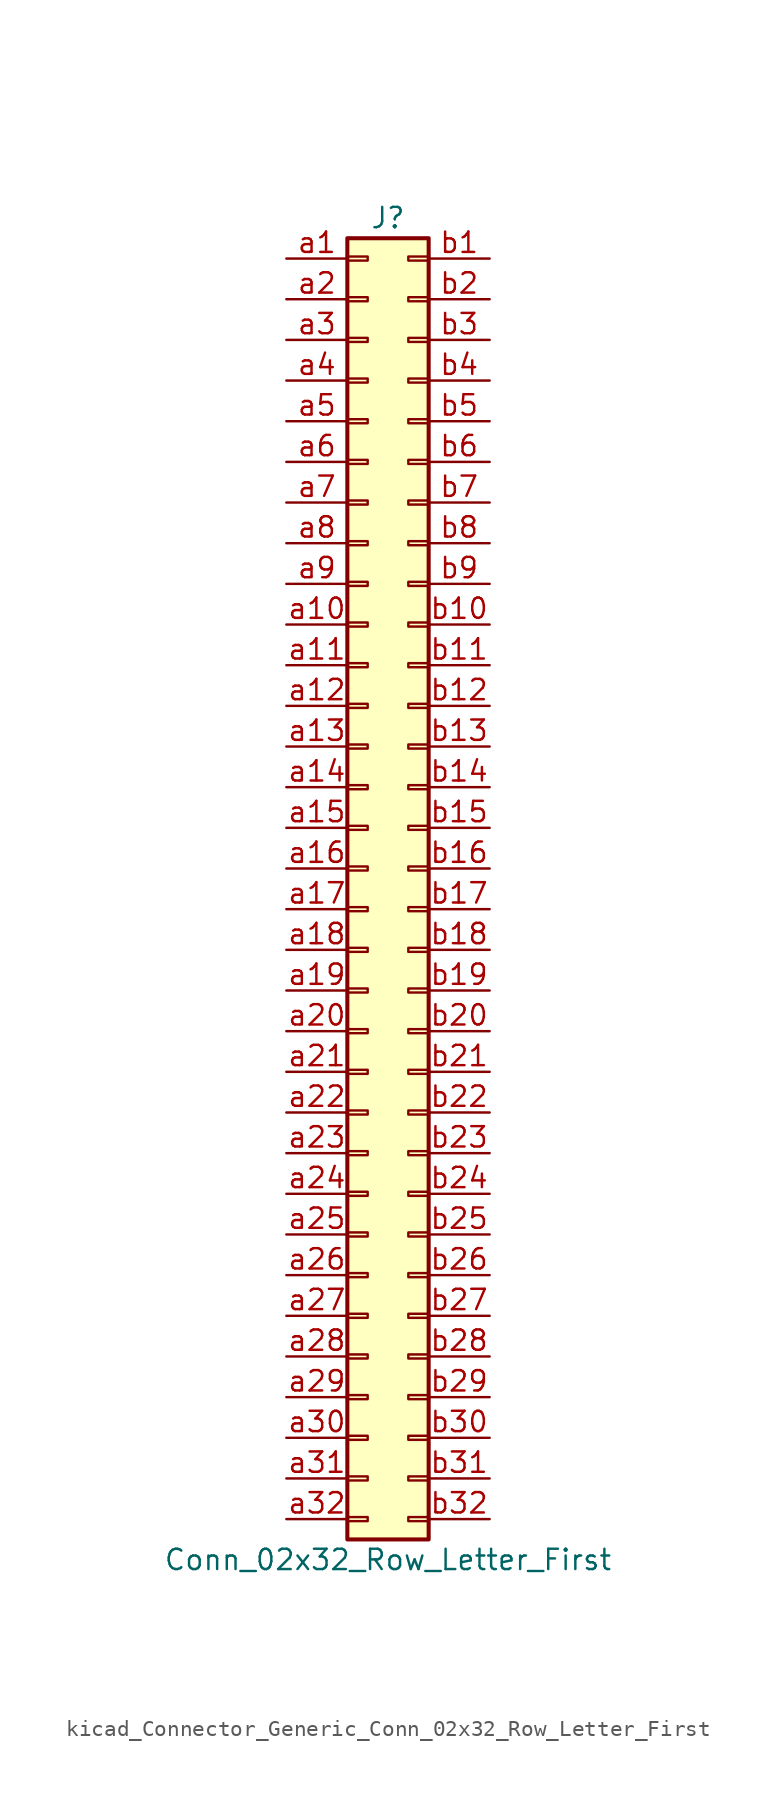
<source format=kicad_sym>
(kicad_symbol_lib
  (version 20220914)
  (generator kicad_symbol_editor)
  (symbol "kicad_Connector_Generic_Conn_02x32_Row_Letter_First"
    (pin_names
      (offset 1.016) hide)
    (property "Reference" "J"
      (at 1.27 40.64 0)
      (effects (font (size 1.27 1.27))))
    (property "Value" "Conn_02x32_Row_Letter_First"
      (at 1.27 -43.18 0)
      (effects (font (size 1.27 1.27))))
    (symbol "kicad_Connector_Generic_Conn_02x32_Row_Letter_First_1_1"
      (rectangle (start -1.27 -40.513) (end 0 -40.767) (stroke (width 0.152) (type default)) (fill (type none)))
      (rectangle (start -1.27 -37.973) (end 0 -38.227) (stroke (width 0.152) (type default)) (fill (type none)))
      (rectangle (start -1.27 -35.433) (end 0 -35.687) (stroke (width 0.152) (type default)) (fill (type none)))
      (rectangle (start -1.27 -32.893) (end 0 -33.147) (stroke (width 0.152) (type default)) (fill (type none)))
      (rectangle (start -1.27 -30.353) (end 0 -30.607) (stroke (width 0.152) (type default)) (fill (type none)))
      (rectangle (start -1.27 -27.813) (end 0 -28.067) (stroke (width 0.152) (type default)) (fill (type none)))
      (rectangle (start -1.27 -25.273) (end 0 -25.527) (stroke (width 0.152) (type default)) (fill (type none)))
      (rectangle (start -1.27 -22.733) (end 0 -22.987) (stroke (width 0.152) (type default)) (fill (type none)))
      (rectangle (start -1.27 -20.193) (end 0 -20.447) (stroke (width 0.152) (type default)) (fill (type none)))
      (rectangle (start -1.27 -17.653) (end 0 -17.907) (stroke (width 0.152) (type default)) (fill (type none)))
      (rectangle (start -1.27 -15.113) (end 0 -15.367) (stroke (width 0.152) (type default)) (fill (type none)))
      (rectangle (start -1.27 -12.573) (end 0 -12.827) (stroke (width 0.152) (type default)) (fill (type none)))
      (rectangle (start -1.27 -10.033) (end 0 -10.287) (stroke (width 0.152) (type default)) (fill (type none)))
      (rectangle (start -1.27 -7.493) (end 0 -7.747) (stroke (width 0.152) (type default)) (fill (type none)))
      (rectangle (start -1.27 -4.953) (end 0 -5.207) (stroke (width 0.152) (type default)) (fill (type none)))
      (rectangle (start -1.27 -2.413) (end 0 -2.667) (stroke (width 0.152) (type default)) (fill (type none)))
      (rectangle (start -1.27 0.127) (end 0 -0.127) (stroke (width 0.152) (type default)) (fill (type none)))
      (rectangle (start -1.27 2.667) (end 0 2.413) (stroke (width 0.152) (type default)) (fill (type none)))
      (rectangle (start -1.27 5.207) (end 0 4.953) (stroke (width 0.152) (type default)) (fill (type none)))
      (rectangle (start -1.27 7.747) (end 0 7.493) (stroke (width 0.152) (type default)) (fill (type none)))
      (rectangle (start -1.27 10.287) (end 0 10.033) (stroke (width 0.152) (type default)) (fill (type none)))
      (rectangle (start -1.27 12.827) (end 0 12.573) (stroke (width 0.152) (type default)) (fill (type none)))
      (rectangle (start -1.27 15.367) (end 0 15.113) (stroke (width 0.152) (type default)) (fill (type none)))
      (rectangle (start -1.27 17.907) (end 0 17.653) (stroke (width 0.152) (type default)) (fill (type none)))
      (rectangle (start -1.27 20.447) (end 0 20.193) (stroke (width 0.152) (type default)) (fill (type none)))
      (rectangle (start -1.27 22.987) (end 0 22.733) (stroke (width 0.152) (type default)) (fill (type none)))
      (rectangle (start -1.27 25.527) (end 0 25.273) (stroke (width 0.152) (type default)) (fill (type none)))
      (rectangle (start -1.27 28.067) (end 0 27.813) (stroke (width 0.152) (type default)) (fill (type none)))
      (rectangle (start -1.27 30.607) (end 0 30.353) (stroke (width 0.152) (type default)) (fill (type none)))
      (rectangle (start -1.27 33.147) (end 0 32.893) (stroke (width 0.152) (type default)) (fill (type none)))
      (rectangle (start -1.27 35.687) (end 0 35.433) (stroke (width 0.152) (type default)) (fill (type none)))
      (rectangle (start -1.27 38.227) (end 0 37.973) (stroke (width 0.152) (type default)) (fill (type none)))
      (rectangle (start -1.27 39.37) (end 3.81 -41.91) (stroke (width 0.254) (type default)) (fill (type background)))
      (rectangle (start 3.81 -40.513) (end 2.54 -40.767) (stroke (width 0.152) (type default)) (fill (type none)))
      (rectangle (start 3.81 -37.973) (end 2.54 -38.227) (stroke (width 0.152) (type default)) (fill (type none)))
      (rectangle (start 3.81 -35.433) (end 2.54 -35.687) (stroke (width 0.152) (type default)) (fill (type none)))
      (rectangle (start 3.81 -32.893) (end 2.54 -33.147) (stroke (width 0.152) (type default)) (fill (type none)))
      (rectangle (start 3.81 -30.353) (end 2.54 -30.607) (stroke (width 0.152) (type default)) (fill (type none)))
      (rectangle (start 3.81 -27.813) (end 2.54 -28.067) (stroke (width 0.152) (type default)) (fill (type none)))
      (rectangle (start 3.81 -25.273) (end 2.54 -25.527) (stroke (width 0.152) (type default)) (fill (type none)))
      (rectangle (start 3.81 -22.733) (end 2.54 -22.987) (stroke (width 0.152) (type default)) (fill (type none)))
      (rectangle (start 3.81 -20.193) (end 2.54 -20.447) (stroke (width 0.152) (type default)) (fill (type none)))
      (rectangle (start 3.81 -17.653) (end 2.54 -17.907) (stroke (width 0.152) (type default)) (fill (type none)))
      (rectangle (start 3.81 -15.113) (end 2.54 -15.367) (stroke (width 0.152) (type default)) (fill (type none)))
      (rectangle (start 3.81 -12.573) (end 2.54 -12.827) (stroke (width 0.152) (type default)) (fill (type none)))
      (rectangle (start 3.81 -10.033) (end 2.54 -10.287) (stroke (width 0.152) (type default)) (fill (type none)))
      (rectangle (start 3.81 -7.493) (end 2.54 -7.747) (stroke (width 0.152) (type default)) (fill (type none)))
      (rectangle (start 3.81 -4.953) (end 2.54 -5.207) (stroke (width 0.152) (type default)) (fill (type none)))
      (rectangle (start 3.81 -2.413) (end 2.54 -2.667) (stroke (width 0.152) (type default)) (fill (type none)))
      (rectangle (start 3.81 0.127) (end 2.54 -0.127) (stroke (width 0.152) (type default)) (fill (type none)))
      (rectangle (start 3.81 2.667) (end 2.54 2.413) (stroke (width 0.152) (type default)) (fill (type none)))
      (rectangle (start 3.81 5.207) (end 2.54 4.953) (stroke (width 0.152) (type default)) (fill (type none)))
      (rectangle (start 3.81 7.747) (end 2.54 7.493) (stroke (width 0.152) (type default)) (fill (type none)))
      (rectangle (start 3.81 10.287) (end 2.54 10.033) (stroke (width 0.152) (type default)) (fill (type none)))
      (rectangle (start 3.81 12.827) (end 2.54 12.573) (stroke (width 0.152) (type default)) (fill (type none)))
      (rectangle (start 3.81 15.367) (end 2.54 15.113) (stroke (width 0.152) (type default)) (fill (type none)))
      (rectangle (start 3.81 17.907) (end 2.54 17.653) (stroke (width 0.152) (type default)) (fill (type none)))
      (rectangle (start 3.81 20.447) (end 2.54 20.193) (stroke (width 0.152) (type default)) (fill (type none)))
      (rectangle (start 3.81 22.987) (end 2.54 22.733) (stroke (width 0.152) (type default)) (fill (type none)))
      (rectangle (start 3.81 25.527) (end 2.54 25.273) (stroke (width 0.152) (type default)) (fill (type none)))
      (rectangle (start 3.81 28.067) (end 2.54 27.813) (stroke (width 0.152) (type default)) (fill (type none)))
      (rectangle (start 3.81 30.607) (end 2.54 30.353) (stroke (width 0.152) (type default)) (fill (type none)))
      (rectangle (start 3.81 33.147) (end 2.54 32.893) (stroke (width 0.152) (type default)) (fill (type none)))
      (rectangle (start 3.81 35.687) (end 2.54 35.433) (stroke (width 0.152) (type default)) (fill (type none)))
      (rectangle (start 3.81 38.227) (end 2.54 37.973) (stroke (width 0.152) (type default)) (fill (type none)))
      (pin passive line (at -5.08 38.1 0) (length 3.81) (name "Pin_a1" (effects (font (size 1.27 1.27)))) (number "a1" (effects (font (size 1.27 1.27)))))
      (pin passive line (at -5.08 15.24 0) (length 3.81) (name "Pin_a10" (effects (font (size 1.27 1.27)))) (number "a10" (effects (font (size 1.27 1.27)))))
      (pin passive line (at -5.08 12.7 0) (length 3.81) (name "Pin_a11" (effects (font (size 1.27 1.27)))) (number "a11" (effects (font (size 1.27 1.27)))))
      (pin passive line (at -5.08 10.16 0) (length 3.81) (name "Pin_a12" (effects (font (size 1.27 1.27)))) (number "a12" (effects (font (size 1.27 1.27)))))
      (pin passive line (at -5.08 7.62 0) (length 3.81) (name "Pin_a13" (effects (font (size 1.27 1.27)))) (number "a13" (effects (font (size 1.27 1.27)))))
      (pin passive line (at -5.08 5.08 0) (length 3.81) (name "Pin_a14" (effects (font (size 1.27 1.27)))) (number "a14" (effects (font (size 1.27 1.27)))))
      (pin passive line (at -5.08 2.54 0) (length 3.81) (name "Pin_a15" (effects (font (size 1.27 1.27)))) (number "a15" (effects (font (size 1.27 1.27)))))
      (pin passive line (at -5.08 0 0) (length 3.81) (name "Pin_a16" (effects (font (size 1.27 1.27)))) (number "a16" (effects (font (size 1.27 1.27)))))
      (pin passive line (at -5.08 -2.54 0) (length 3.81) (name "Pin_a17" (effects (font (size 1.27 1.27)))) (number "a17" (effects (font (size 1.27 1.27)))))
      (pin passive line (at -5.08 -5.08 0) (length 3.81) (name "Pin_a18" (effects (font (size 1.27 1.27)))) (number "a18" (effects (font (size 1.27 1.27)))))
      (pin passive line (at -5.08 -7.62 0) (length 3.81) (name "Pin_a19" (effects (font (size 1.27 1.27)))) (number "a19" (effects (font (size 1.27 1.27)))))
      (pin passive line (at -5.08 35.56 0) (length 3.81) (name "Pin_a2" (effects (font (size 1.27 1.27)))) (number "a2" (effects (font (size 1.27 1.27)))))
      (pin passive line (at -5.08 -10.16 0) (length 3.81) (name "Pin_a20" (effects (font (size 1.27 1.27)))) (number "a20" (effects (font (size 1.27 1.27)))))
      (pin passive line (at -5.08 -12.7 0) (length 3.81) (name "Pin_a21" (effects (font (size 1.27 1.27)))) (number "a21" (effects (font (size 1.27 1.27)))))
      (pin passive line (at -5.08 -15.24 0) (length 3.81) (name "Pin_a22" (effects (font (size 1.27 1.27)))) (number "a22" (effects (font (size 1.27 1.27)))))
      (pin passive line (at -5.08 -17.78 0) (length 3.81) (name "Pin_a23" (effects (font (size 1.27 1.27)))) (number "a23" (effects (font (size 1.27 1.27)))))
      (pin passive line (at -5.08 -20.32 0) (length 3.81) (name "Pin_a24" (effects (font (size 1.27 1.27)))) (number "a24" (effects (font (size 1.27 1.27)))))
      (pin passive line (at -5.08 -22.86 0) (length 3.81) (name "Pin_a25" (effects (font (size 1.27 1.27)))) (number "a25" (effects (font (size 1.27 1.27)))))
      (pin passive line (at -5.08 -25.4 0) (length 3.81) (name "Pin_a26" (effects (font (size 1.27 1.27)))) (number "a26" (effects (font (size 1.27 1.27)))))
      (pin passive line (at -5.08 -27.94 0) (length 3.81) (name "Pin_a27" (effects (font (size 1.27 1.27)))) (number "a27" (effects (font (size 1.27 1.27)))))
      (pin passive line (at -5.08 -30.48 0) (length 3.81) (name "Pin_a28" (effects (font (size 1.27 1.27)))) (number "a28" (effects (font (size 1.27 1.27)))))
      (pin passive line (at -5.08 -33.02 0) (length 3.81) (name "Pin_a29" (effects (font (size 1.27 1.27)))) (number "a29" (effects (font (size 1.27 1.27)))))
      (pin passive line (at -5.08 33.02 0) (length 3.81) (name "Pin_a3" (effects (font (size 1.27 1.27)))) (number "a3" (effects (font (size 1.27 1.27)))))
      (pin passive line (at -5.08 -35.56 0) (length 3.81) (name "Pin_a30" (effects (font (size 1.27 1.27)))) (number "a30" (effects (font (size 1.27 1.27)))))
      (pin passive line (at -5.08 -38.1 0) (length 3.81) (name "Pin_a31" (effects (font (size 1.27 1.27)))) (number "a31" (effects (font (size 1.27 1.27)))))
      (pin passive line (at -5.08 -40.64 0) (length 3.81) (name "Pin_a32" (effects (font (size 1.27 1.27)))) (number "a32" (effects (font (size 1.27 1.27)))))
      (pin passive line (at -5.08 30.48 0) (length 3.81) (name "Pin_a4" (effects (font (size 1.27 1.27)))) (number "a4" (effects (font (size 1.27 1.27)))))
      (pin passive line (at -5.08 27.94 0) (length 3.81) (name "Pin_a5" (effects (font (size 1.27 1.27)))) (number "a5" (effects (font (size 1.27 1.27)))))
      (pin passive line (at -5.08 25.4 0) (length 3.81) (name "Pin_a6" (effects (font (size 1.27 1.27)))) (number "a6" (effects (font (size 1.27 1.27)))))
      (pin passive line (at -5.08 22.86 0) (length 3.81) (name "Pin_a7" (effects (font (size 1.27 1.27)))) (number "a7" (effects (font (size 1.27 1.27)))))
      (pin passive line (at -5.08 20.32 0) (length 3.81) (name "Pin_a8" (effects (font (size 1.27 1.27)))) (number "a8" (effects (font (size 1.27 1.27)))))
      (pin passive line (at -5.08 17.78 0) (length 3.81) (name "Pin_a9" (effects (font (size 1.27 1.27)))) (number "a9" (effects (font (size 1.27 1.27)))))
      (pin passive line (at 7.62 38.1 180) (length 3.81) (name "Pin_b1" (effects (font (size 1.27 1.27)))) (number "b1" (effects (font (size 1.27 1.27)))))
      (pin passive line (at 7.62 15.24 180) (length 3.81) (name "Pin_b10" (effects (font (size 1.27 1.27)))) (number "b10" (effects (font (size 1.27 1.27)))))
      (pin passive line (at 7.62 12.7 180) (length 3.81) (name "Pin_b11" (effects (font (size 1.27 1.27)))) (number "b11" (effects (font (size 1.27 1.27)))))
      (pin passive line (at 7.62 10.16 180) (length 3.81) (name "Pin_b12" (effects (font (size 1.27 1.27)))) (number "b12" (effects (font (size 1.27 1.27)))))
      (pin passive line (at 7.62 7.62 180) (length 3.81) (name "Pin_b13" (effects (font (size 1.27 1.27)))) (number "b13" (effects (font (size 1.27 1.27)))))
      (pin passive line (at 7.62 5.08 180) (length 3.81) (name "Pin_b14" (effects (font (size 1.27 1.27)))) (number "b14" (effects (font (size 1.27 1.27)))))
      (pin passive line (at 7.62 2.54 180) (length 3.81) (name "Pin_b15" (effects (font (size 1.27 1.27)))) (number "b15" (effects (font (size 1.27 1.27)))))
      (pin passive line (at 7.62 0 180) (length 3.81) (name "Pin_b16" (effects (font (size 1.27 1.27)))) (number "b16" (effects (font (size 1.27 1.27)))))
      (pin passive line (at 7.62 -2.54 180) (length 3.81) (name "Pin_b17" (effects (font (size 1.27 1.27)))) (number "b17" (effects (font (size 1.27 1.27)))))
      (pin passive line (at 7.62 -5.08 180) (length 3.81) (name "Pin_b18" (effects (font (size 1.27 1.27)))) (number "b18" (effects (font (size 1.27 1.27)))))
      (pin passive line (at 7.62 -7.62 180) (length 3.81) (name "Pin_b19" (effects (font (size 1.27 1.27)))) (number "b19" (effects (font (size 1.27 1.27)))))
      (pin passive line (at 7.62 35.56 180) (length 3.81) (name "Pin_b2" (effects (font (size 1.27 1.27)))) (number "b2" (effects (font (size 1.27 1.27)))))
      (pin passive line (at 7.62 -10.16 180) (length 3.81) (name "Pin_b20" (effects (font (size 1.27 1.27)))) (number "b20" (effects (font (size 1.27 1.27)))))
      (pin passive line (at 7.62 -12.7 180) (length 3.81) (name "Pin_b21" (effects (font (size 1.27 1.27)))) (number "b21" (effects (font (size 1.27 1.27)))))
      (pin passive line (at 7.62 -15.24 180) (length 3.81) (name "Pin_b22" (effects (font (size 1.27 1.27)))) (number "b22" (effects (font (size 1.27 1.27)))))
      (pin passive line (at 7.62 -17.78 180) (length 3.81) (name "Pin_b23" (effects (font (size 1.27 1.27)))) (number "b23" (effects (font (size 1.27 1.27)))))
      (pin passive line (at 7.62 -20.32 180) (length 3.81) (name "Pin_b24" (effects (font (size 1.27 1.27)))) (number "b24" (effects (font (size 1.27 1.27)))))
      (pin passive line (at 7.62 -22.86 180) (length 3.81) (name "Pin_b25" (effects (font (size 1.27 1.27)))) (number "b25" (effects (font (size 1.27 1.27)))))
      (pin passive line (at 7.62 -25.4 180) (length 3.81) (name "Pin_b26" (effects (font (size 1.27 1.27)))) (number "b26" (effects (font (size 1.27 1.27)))))
      (pin passive line (at 7.62 -27.94 180) (length 3.81) (name "Pin_b27" (effects (font (size 1.27 1.27)))) (number "b27" (effects (font (size 1.27 1.27)))))
      (pin passive line (at 7.62 -30.48 180) (length 3.81) (name "Pin_b28" (effects (font (size 1.27 1.27)))) (number "b28" (effects (font (size 1.27 1.27)))))
      (pin passive line (at 7.62 -33.02 180) (length 3.81) (name "Pin_b29" (effects (font (size 1.27 1.27)))) (number "b29" (effects (font (size 1.27 1.27)))))
      (pin passive line (at 7.62 33.02 180) (length 3.81) (name "Pin_b3" (effects (font (size 1.27 1.27)))) (number "b3" (effects (font (size 1.27 1.27)))))
      (pin passive line (at 7.62 -35.56 180) (length 3.81) (name "Pin_b30" (effects (font (size 1.27 1.27)))) (number "b30" (effects (font (size 1.27 1.27)))))
      (pin passive line (at 7.62 -38.1 180) (length 3.81) (name "Pin_b31" (effects (font (size 1.27 1.27)))) (number "b31" (effects (font (size 1.27 1.27)))))
      (pin passive line (at 7.62 -40.64 180) (length 3.81) (name "Pin_b32" (effects (font (size 1.27 1.27)))) (number "b32" (effects (font (size 1.27 1.27)))))
      (pin passive line (at 7.62 30.48 180) (length 3.81) (name "Pin_b4" (effects (font (size 1.27 1.27)))) (number "b4" (effects (font (size 1.27 1.27)))))
      (pin passive line (at 7.62 27.94 180) (length 3.81) (name "Pin_b5" (effects (font (size 1.27 1.27)))) (number "b5" (effects (font (size 1.27 1.27)))))
      (pin passive line (at 7.62 25.4 180) (length 3.81) (name "Pin_b6" (effects (font (size 1.27 1.27)))) (number "b6" (effects (font (size 1.27 1.27)))))
      (pin passive line (at 7.62 22.86 180) (length 3.81) (name "Pin_b7" (effects (font (size 1.27 1.27)))) (number "b7" (effects (font (size 1.27 1.27)))))
      (pin passive line (at 7.62 20.32 180) (length 3.81) (name "Pin_b8" (effects (font (size 1.27 1.27)))) (number "b8" (effects (font (size 1.27 1.27)))))
      (pin passive line (at 7.62 17.78 180) (length 3.81) (name "Pin_b9" (effects (font (size 1.27 1.27)))) (number "b9" (effects (font (size 1.27 1.27))))))))
</source>
